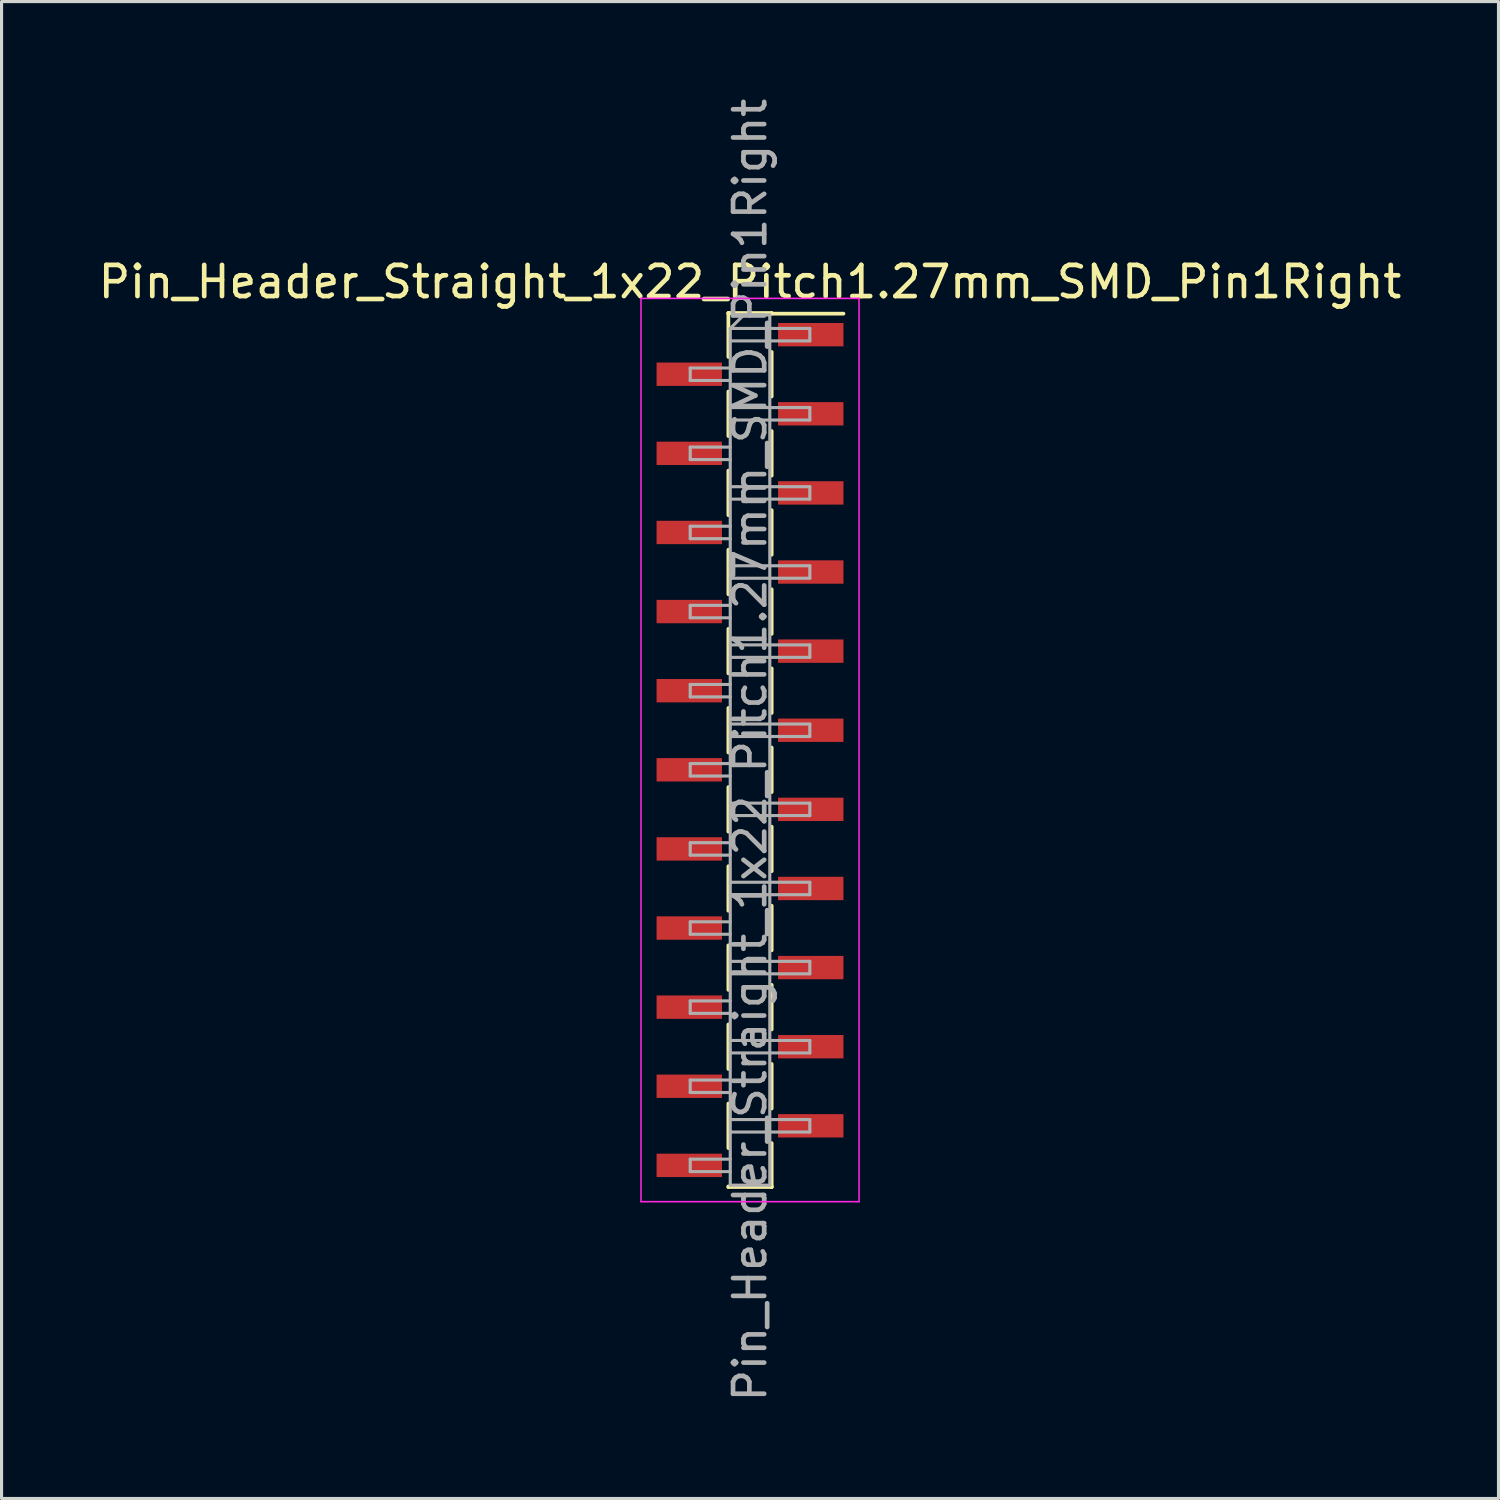
<source format=kicad_pcb>
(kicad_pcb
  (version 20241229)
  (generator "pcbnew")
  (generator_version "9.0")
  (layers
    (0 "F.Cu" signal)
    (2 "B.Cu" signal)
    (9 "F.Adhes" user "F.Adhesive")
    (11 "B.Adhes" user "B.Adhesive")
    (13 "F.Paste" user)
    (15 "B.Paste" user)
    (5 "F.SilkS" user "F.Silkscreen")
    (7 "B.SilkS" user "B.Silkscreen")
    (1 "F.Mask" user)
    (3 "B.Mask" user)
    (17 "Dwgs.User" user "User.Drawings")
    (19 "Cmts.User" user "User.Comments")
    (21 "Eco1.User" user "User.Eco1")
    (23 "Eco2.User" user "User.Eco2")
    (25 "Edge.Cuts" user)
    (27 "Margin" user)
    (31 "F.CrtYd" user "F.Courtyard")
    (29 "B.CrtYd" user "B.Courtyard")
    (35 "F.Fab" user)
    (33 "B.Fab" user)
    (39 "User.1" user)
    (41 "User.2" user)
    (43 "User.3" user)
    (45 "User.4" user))
  (footprint "Pin_Header_Straight_1x22_Pitch1.27mm_SMD_Pin1Right"
    (layer "F.Cu")
    (at 21.03 21.03)
    (property "Reference" "Pin_Header_Straight_1x22_Pitch1.27mm_SMD_Pin1Right" (at 0 -15.03 0) (layer "F.SilkS") (effects (font (size 1 1) (thickness 0.15))))
    (attr smd)
    (fp_line (start -0.695 -14.03) (end -0.695 -12.62) (stroke (width 0.12) (type solid)) (layer "F.SilkS"))
    (fp_line (start -0.695 -14.03) (end 0.695 -14.03) (stroke (width 0.12) (type solid)) (layer "F.SilkS"))
    (fp_line (start -0.695 -14.01) (end -0.695 -14.03) (stroke (width 0.12) (type solid)) (layer "F.SilkS"))
    (fp_line (start -0.695 -11.51) (end -0.695 -10.08) (stroke (width 0.12) (type solid)) (layer "F.SilkS"))
    (fp_line (start -0.695 -8.97) (end -0.695 -7.54) (stroke (width 0.12) (type solid)) (layer "F.SilkS"))
    (fp_line (start -0.695 -6.43) (end -0.695 -5) (stroke (width 0.12) (type solid)) (layer "F.SilkS"))
    (fp_line (start -0.695 -3.89) (end -0.695 -2.46) (stroke (width 0.12) (type solid)) (layer "F.SilkS"))
    (fp_line (start -0.695 -1.35) (end -0.695 0.08) (stroke (width 0.12) (type solid)) (layer "F.SilkS"))
    (fp_line (start -0.695 1.19) (end -0.695 2.62) (stroke (width 0.12) (type solid)) (layer "F.SilkS"))
    (fp_line (start -0.695 3.73) (end -0.695 5.16) (stroke (width 0.12) (type solid)) (layer "F.SilkS"))
    (fp_line (start -0.695 6.27) (end -0.695 7.7) (stroke (width 0.12) (type solid)) (layer "F.SilkS"))
    (fp_line (start -0.695 8.81) (end -0.695 10.24) (stroke (width 0.12) (type solid)) (layer "F.SilkS"))
    (fp_line (start -0.695 11.35) (end -0.695 12.78) (stroke (width 0.12) (type solid)) (layer "F.SilkS"))
    (fp_line (start -0.695 14.01) (end -0.695 14.03) (stroke (width 0.12) (type solid)) (layer "F.SilkS"))
    (fp_line (start -0.695 14.03) (end 0.695 14.03) (stroke (width 0.12) (type solid)) (layer "F.SilkS"))
    (fp_line (start 0.695 -14.03) (end 0.695 -14.01) (stroke (width 0.12) (type solid)) (layer "F.SilkS"))
    (fp_line (start 0.695 -14.01) (end 3 -14.01) (stroke (width 0.12) (type solid)) (layer "F.SilkS"))
    (fp_line (start 0.695 -12.78) (end 0.695 -11.35) (stroke (width 0.12) (type solid)) (layer "F.SilkS"))
    (fp_line (start 0.695 -10.24) (end 0.695 -8.81) (stroke (width 0.12) (type solid)) (layer "F.SilkS"))
    (fp_line (start 0.695 -7.7) (end 0.695 -6.27) (stroke (width 0.12) (type solid)) (layer "F.SilkS"))
    (fp_line (start 0.695 -5.16) (end 0.695 -3.73) (stroke (width 0.12) (type solid)) (layer "F.SilkS"))
    (fp_line (start 0.695 -2.62) (end 0.695 -1.19) (stroke (width 0.12) (type solid)) (layer "F.SilkS"))
    (fp_line (start 0.695 -0.08) (end 0.695 1.35) (stroke (width 0.12) (type solid)) (layer "F.SilkS"))
    (fp_line (start 0.695 2.46) (end 0.695 3.89) (stroke (width 0.12) (type solid)) (layer "F.SilkS"))
    (fp_line (start 0.695 5) (end 0.695 6.43) (stroke (width 0.12) (type solid)) (layer "F.SilkS"))
    (fp_line (start 0.695 7.54) (end 0.695 8.97) (stroke (width 0.12) (type solid)) (layer "F.SilkS"))
    (fp_line (start 0.695 10.08) (end 0.695 11.51) (stroke (width 0.12) (type solid)) (layer "F.SilkS"))
    (fp_line (start 0.695 12.62) (end 0.695 14.03) (stroke (width 0.12) (type solid)) (layer "F.SilkS"))
    (fp_line (start 0.695 14.03) (end 0.695 14.01) (stroke (width 0.12) (type solid)) (layer "F.SilkS"))
    (fp_line (start -3.5 -14.5) (end -3.5 14.5) (stroke (width 0.05) (type solid)) (layer "F.CrtYd"))
    (fp_line (start -3.5 14.5) (end 3.5 14.5) (stroke (width 0.05) (type solid)) (layer "F.CrtYd"))
    (fp_line (start 3.5 -14.5) (end -3.5 -14.5) (stroke (width 0.05) (type solid)) (layer "F.CrtYd"))
    (fp_line (start 3.5 14.5) (end 3.5 -14.5) (stroke (width 0.05) (type solid)) (layer "F.CrtYd"))
    (fp_line (start -1.92 -12.265) (end -1.92 -11.865) (stroke (width 0.1) (type solid)) (layer "F.Fab"))
    (fp_line (start -1.92 -11.865) (end -0.635 -11.865) (stroke (width 0.1) (type solid)) (layer "F.Fab"))
    (fp_line (start -1.92 -9.725) (end -1.92 -9.325) (stroke (width 0.1) (type solid)) (layer "F.Fab"))
    (fp_line (start -1.92 -9.325) (end -0.635 -9.325) (stroke (width 0.1) (type solid)) (layer "F.Fab"))
    (fp_line (start -1.92 -7.185) (end -1.92 -6.785) (stroke (width 0.1) (type solid)) (layer "F.Fab"))
    (fp_line (start -1.92 -6.785) (end -0.635 -6.785) (stroke (width 0.1) (type solid)) (layer "F.Fab"))
    (fp_line (start -1.92 -4.645) (end -1.92 -4.245) (stroke (width 0.1) (type solid)) (layer "F.Fab"))
    (fp_line (start -1.92 -4.245) (end -0.635 -4.245) (stroke (width 0.1) (type solid)) (layer "F.Fab"))
    (fp_line (start -1.92 -2.105) (end -1.92 -1.705) (stroke (width 0.1) (type solid)) (layer "F.Fab"))
    (fp_line (start -1.92 -1.705) (end -0.635 -1.705) (stroke (width 0.1) (type solid)) (layer "F.Fab"))
    (fp_line (start -1.92 0.435) (end -1.92 0.835) (stroke (width 0.1) (type solid)) (layer "F.Fab"))
    (fp_line (start -1.92 0.835) (end -0.635 0.835) (stroke (width 0.1) (type solid)) (layer "F.Fab"))
    (fp_line (start -1.92 2.975) (end -1.92 3.375) (stroke (width 0.1) (type solid)) (layer "F.Fab"))
    (fp_line (start -1.92 3.375) (end -0.635 3.375) (stroke (width 0.1) (type solid)) (layer "F.Fab"))
    (fp_line (start -1.92 5.515) (end -1.92 5.915) (stroke (width 0.1) (type solid)) (layer "F.Fab"))
    (fp_line (start -1.92 5.915) (end -0.635 5.915) (stroke (width 0.1) (type solid)) (layer "F.Fab"))
    (fp_line (start -1.92 8.055) (end -1.92 8.455) (stroke (width 0.1) (type solid)) (layer "F.Fab"))
    (fp_line (start -1.92 8.455) (end -0.635 8.455) (stroke (width 0.1) (type solid)) (layer "F.Fab"))
    (fp_line (start -1.92 10.595) (end -1.92 10.995) (stroke (width 0.1) (type solid)) (layer "F.Fab"))
    (fp_line (start -1.92 10.995) (end -0.635 10.995) (stroke (width 0.1) (type solid)) (layer "F.Fab"))
    (fp_line (start -1.92 13.135) (end -1.92 13.535) (stroke (width 0.1) (type solid)) (layer "F.Fab"))
    (fp_line (start -1.92 13.535) (end -0.635 13.535) (stroke (width 0.1) (type solid)) (layer "F.Fab"))
    (fp_line (start -0.635 -13.535) (end -0.2 -13.97) (stroke (width 0.1) (type solid)) (layer "F.Fab"))
    (fp_line (start -0.635 -13.535) (end 1.92 -13.535) (stroke (width 0.1) (type solid)) (layer "F.Fab"))
    (fp_line (start -0.635 -12.265) (end -1.92 -12.265) (stroke (width 0.1) (type solid)) (layer "F.Fab"))
    (fp_line (start -0.635 -10.995) (end 1.92 -10.995) (stroke (width 0.1) (type solid)) (layer "F.Fab"))
    (fp_line (start -0.635 -9.725) (end -1.92 -9.725) (stroke (width 0.1) (type solid)) (layer "F.Fab"))
    (fp_line (start -0.635 -8.455) (end 1.92 -8.455) (stroke (width 0.1) (type solid)) (layer "F.Fab"))
    (fp_line (start -0.635 -7.185) (end -1.92 -7.185) (stroke (width 0.1) (type solid)) (layer "F.Fab"))
    (fp_line (start -0.635 -5.915) (end 1.92 -5.915) (stroke (width 0.1) (type solid)) (layer "F.Fab"))
    (fp_line (start -0.635 -4.645) (end -1.92 -4.645) (stroke (width 0.1) (type solid)) (layer "F.Fab"))
    (fp_line (start -0.635 -3.375) (end 1.92 -3.375) (stroke (width 0.1) (type solid)) (layer "F.Fab"))
    (fp_line (start -0.635 -2.105) (end -1.92 -2.105) (stroke (width 0.1) (type solid)) (layer "F.Fab"))
    (fp_line (start -0.635 -0.835) (end 1.92 -0.835) (stroke (width 0.1) (type solid)) (layer "F.Fab"))
    (fp_line (start -0.635 0.435) (end -1.92 0.435) (stroke (width 0.1) (type solid)) (layer "F.Fab"))
    (fp_line (start -0.635 1.705) (end 1.92 1.705) (stroke (width 0.1) (type solid)) (layer "F.Fab"))
    (fp_line (start -0.635 2.975) (end -1.92 2.975) (stroke (width 0.1) (type solid)) (layer "F.Fab"))
    (fp_line (start -0.635 4.245) (end 1.92 4.245) (stroke (width 0.1) (type solid)) (layer "F.Fab"))
    (fp_line (start -0.635 5.515) (end -1.92 5.515) (stroke (width 0.1) (type solid)) (layer "F.Fab"))
    (fp_line (start -0.635 6.785) (end 1.92 6.785) (stroke (width 0.1) (type solid)) (layer "F.Fab"))
    (fp_line (start -0.635 8.055) (end -1.92 8.055) (stroke (width 0.1) (type solid)) (layer "F.Fab"))
    (fp_line (start -0.635 9.325) (end 1.92 9.325) (stroke (width 0.1) (type solid)) (layer "F.Fab"))
    (fp_line (start -0.635 10.595) (end -1.92 10.595) (stroke (width 0.1) (type solid)) (layer "F.Fab"))
    (fp_line (start -0.635 11.865) (end 1.92 11.865) (stroke (width 0.1) (type solid)) (layer "F.Fab"))
    (fp_line (start -0.635 13.135) (end -1.92 13.135) (stroke (width 0.1) (type solid)) (layer "F.Fab"))
    (fp_line (start -0.635 13.97) (end -0.635 -13.535) (stroke (width 0.1) (type solid)) (layer "F.Fab"))
    (fp_line (start -0.2 -13.97) (end 0.635 -13.97) (stroke (width 0.1) (type solid)) (layer "F.Fab"))
    (fp_line (start 0.635 -13.97) (end 0.635 13.97) (stroke (width 0.1) (type solid)) (layer "F.Fab"))
    (fp_line (start 0.635 13.97) (end -0.635 13.97) (stroke (width 0.1) (type solid)) (layer "F.Fab"))
    (fp_line (start 1.92 -13.535) (end 1.92 -13.135) (stroke (width 0.1) (type solid)) (layer "F.Fab"))
    (fp_line (start 1.92 -13.135) (end -0.635 -13.135) (stroke (width 0.1) (type solid)) (layer "F.Fab"))
    (fp_line (start 1.92 -10.995) (end 1.92 -10.595) (stroke (width 0.1) (type solid)) (layer "F.Fab"))
    (fp_line (start 1.92 -10.595) (end -0.635 -10.595) (stroke (width 0.1) (type solid)) (layer "F.Fab"))
    (fp_line (start 1.92 -8.455) (end 1.92 -8.055) (stroke (width 0.1) (type solid)) (layer "F.Fab"))
    (fp_line (start 1.92 -8.055) (end -0.635 -8.055) (stroke (width 0.1) (type solid)) (layer "F.Fab"))
    (fp_line (start 1.92 -5.915) (end 1.92 -5.515) (stroke (width 0.1) (type solid)) (layer "F.Fab"))
    (fp_line (start 1.92 -5.515) (end -0.635 -5.515) (stroke (width 0.1) (type solid)) (layer "F.Fab"))
    (fp_line (start 1.92 -3.375) (end 1.92 -2.975) (stroke (width 0.1) (type solid)) (layer "F.Fab"))
    (fp_line (start 1.92 -2.975) (end -0.635 -2.975) (stroke (width 0.1) (type solid)) (layer "F.Fab"))
    (fp_line (start 1.92 -0.835) (end 1.92 -0.435) (stroke (width 0.1) (type solid)) (layer "F.Fab"))
    (fp_line (start 1.92 -0.435) (end -0.635 -0.435) (stroke (width 0.1) (type solid)) (layer "F.Fab"))
    (fp_line (start 1.92 1.705) (end 1.92 2.105) (stroke (width 0.1) (type solid)) (layer "F.Fab"))
    (fp_line (start 1.92 2.105) (end -0.635 2.105) (stroke (width 0.1) (type solid)) (layer "F.Fab"))
    (fp_line (start 1.92 4.245) (end 1.92 4.645) (stroke (width 0.1) (type solid)) (layer "F.Fab"))
    (fp_line (start 1.92 4.645) (end -0.635 4.645) (stroke (width 0.1) (type solid)) (layer "F.Fab"))
    (fp_line (start 1.92 6.785) (end 1.92 7.185) (stroke (width 0.1) (type solid)) (layer "F.Fab"))
    (fp_line (start 1.92 7.185) (end -0.635 7.185) (stroke (width 0.1) (type solid)) (layer "F.Fab"))
    (fp_line (start 1.92 9.325) (end 1.92 9.725) (stroke (width 0.1) (type solid)) (layer "F.Fab"))
    (fp_line (start 1.92 9.725) (end -0.635 9.725) (stroke (width 0.1) (type solid)) (layer "F.Fab"))
    (fp_line (start 1.92 11.865) (end 1.92 12.265) (stroke (width 0.1) (type solid)) (layer "F.Fab"))
    (fp_line (start 1.92 12.265) (end -0.635 12.265) (stroke (width 0.1) (type solid)) (layer "F.Fab"))
    (fp_text user "${REFERENCE}" (at 0 0 90) (layer "F.Fab") (effects (font (size 1 1) (thickness 0.15))))
    (pad "1" smd rect (at 1.95 -13.335) (size 2.1 0.75) (layers "F.Cu" "F.Mask"))
    (pad "2" smd rect (at -1.95 -12.065) (size 2.1 0.75) (layers "F.Cu" "F.Mask"))
    (pad "3" smd rect (at 1.95 -10.795) (size 2.1 0.75) (layers "F.Cu" "F.Mask"))
    (pad "4" smd rect (at -1.95 -9.525) (size 2.1 0.75) (layers "F.Cu" "F.Mask"))
    (pad "5" smd rect (at 1.95 -8.255) (size 2.1 0.75) (layers "F.Cu" "F.Mask"))
    (pad "6" smd rect (at -1.95 -6.985) (size 2.1 0.75) (layers "F.Cu" "F.Mask"))
    (pad "7" smd rect (at 1.95 -5.715) (size 2.1 0.75) (layers "F.Cu" "F.Mask"))
    (pad "8" smd rect (at -1.95 -4.445) (size 2.1 0.75) (layers "F.Cu" "F.Mask"))
    (pad "9" smd rect (at 1.95 -3.175) (size 2.1 0.75) (layers "F.Cu" "F.Mask"))
    (pad "10" smd rect (at -1.95 -1.905) (size 2.1 0.75) (layers "F.Cu" "F.Mask"))
    (pad "11" smd rect (at 1.95 -0.635) (size 2.1 0.75) (layers "F.Cu" "F.Mask"))
    (pad "12" smd rect (at -1.95 0.635) (size 2.1 0.75) (layers "F.Cu" "F.Mask"))
    (pad "13" smd rect (at 1.95 1.905) (size 2.1 0.75) (layers "F.Cu" "F.Mask"))
    (pad "14" smd rect (at -1.95 3.175) (size 2.1 0.75) (layers "F.Cu" "F.Mask"))
    (pad "15" smd rect (at 1.95 4.445) (size 2.1 0.75) (layers "F.Cu" "F.Mask"))
    (pad "16" smd rect (at -1.95 5.715) (size 2.1 0.75) (layers "F.Cu" "F.Mask"))
    (pad "17" smd rect (at 1.95 6.985) (size 2.1 0.75) (layers "F.Cu" "F.Mask"))
    (pad "18" smd rect (at -1.95 8.255) (size 2.1 0.75) (layers "F.Cu" "F.Mask"))
    (pad "19" smd rect (at 1.95 9.525) (size 2.1 0.75) (layers "F.Cu" "F.Mask"))
    (pad "20" smd rect (at -1.95 10.795) (size 2.1 0.75) (layers "F.Cu" "F.Mask"))
    (pad "21" smd rect (at 1.95 12.065) (size 2.1 0.75) (layers "F.Cu" "F.Mask"))
    (pad "22" smd rect (at -1.95 13.335) (size 2.1 0.75) (layers "F.Cu" "F.Mask")))
  (gr_rect
    (start -3 -3)
    (end 45.06 45.06)
    (stroke (width 0.1) (type default))
    (fill no)
    (layer "Edge.Cuts")))
</source>
